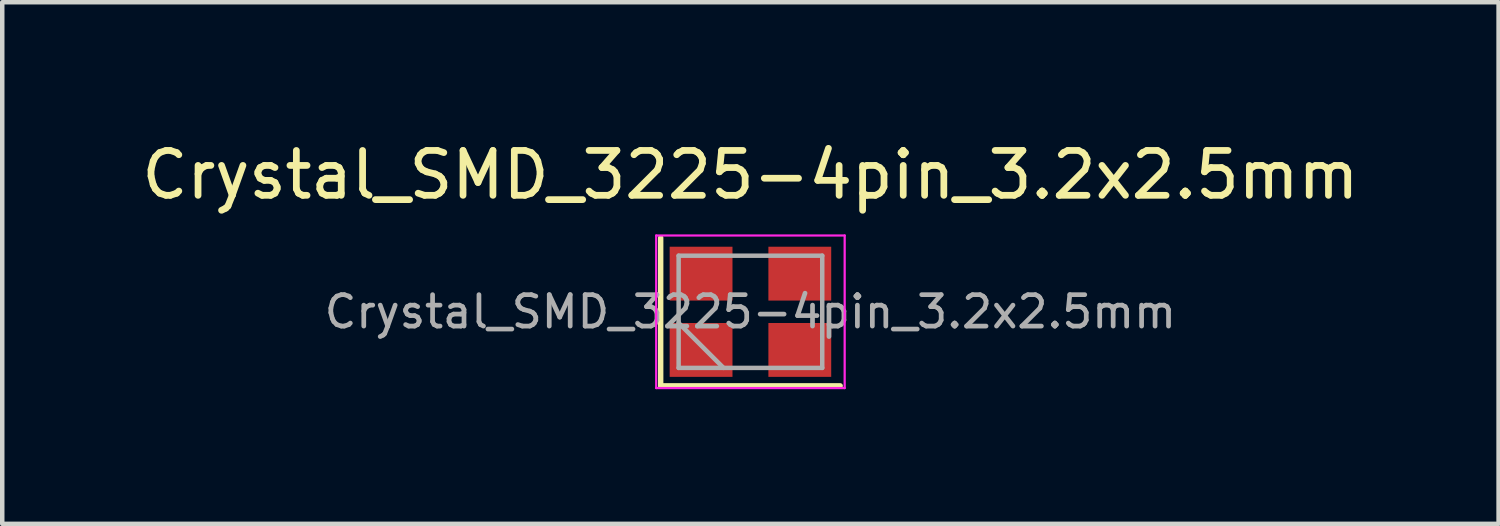
<source format=kicad_pcb>
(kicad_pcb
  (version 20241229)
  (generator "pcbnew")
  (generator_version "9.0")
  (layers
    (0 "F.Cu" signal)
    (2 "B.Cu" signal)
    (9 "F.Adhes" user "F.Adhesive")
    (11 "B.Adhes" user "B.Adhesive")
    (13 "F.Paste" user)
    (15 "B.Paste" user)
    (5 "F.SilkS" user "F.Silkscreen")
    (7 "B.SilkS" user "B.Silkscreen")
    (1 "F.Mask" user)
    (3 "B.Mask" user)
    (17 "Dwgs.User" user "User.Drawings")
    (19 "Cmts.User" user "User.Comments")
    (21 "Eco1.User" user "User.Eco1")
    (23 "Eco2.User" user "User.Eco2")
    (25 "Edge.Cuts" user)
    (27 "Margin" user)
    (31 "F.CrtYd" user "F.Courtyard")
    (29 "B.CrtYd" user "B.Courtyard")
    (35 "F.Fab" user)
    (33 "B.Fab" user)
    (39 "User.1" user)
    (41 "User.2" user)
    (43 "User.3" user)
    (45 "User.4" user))
  (footprint "Crystal_SMD_3225-4pin_3.2x2.5mm"
    (layer "F.Cu")
    (at 13.673 3.898)
    (property "Reference" "Crystal_SMD_3225-4pin_3.2x2.5mm" (at 0 -3.05 180) (layer "F.SilkS") (effects (font (size 1 1) (thickness 0.15))))
    (attr smd)
    (fp_line (start -2 -1.65) (end -2 1.65) (stroke (width 0.12) (type solid)) (layer "F.SilkS"))
    (fp_line (start -2 1.65) (end 2 1.65) (stroke (width 0.12) (type solid)) (layer "F.SilkS"))
    (fp_line (start -2.1 -1.7) (end -2.1 1.7) (stroke (width 0.05) (type solid)) (layer "F.CrtYd"))
    (fp_line (start -2.1 1.7) (end 2.1 1.7) (stroke (width 0.05) (type solid)) (layer "F.CrtYd"))
    (fp_line (start 2.1 -1.7) (end -2.1 -1.7) (stroke (width 0.05) (type solid)) (layer "F.CrtYd"))
    (fp_line (start 2.1 1.7) (end 2.1 -1.7) (stroke (width 0.05) (type solid)) (layer "F.CrtYd"))
    (fp_line (start -1.6 -1.25) (end -1.6 1.25) (stroke (width 0.1) (type solid)) (layer "F.Fab"))
    (fp_line (start -1.6 0.25) (end -0.6 1.25) (stroke (width 0.1) (type solid)) (layer "F.Fab"))
    (fp_line (start -1.6 1.25) (end 1.6 1.25) (stroke (width 0.1) (type solid)) (layer "F.Fab"))
    (fp_line (start 1.6 -1.25) (end -1.6 -1.25) (stroke (width 0.1) (type solid)) (layer "F.Fab"))
    (fp_line (start 1.6 1.25) (end 1.6 -1.25) (stroke (width 0.1) (type solid)) (layer "F.Fab"))
    (fp_text user "${REFERENCE}" (at 0 0 180) (layer "F.Fab") (effects (font (size 0.7 0.7) (thickness 0.105))))
    (pad "1" smd rect (at -1.1 0.85) (size 1.4 1.2) (layers "F.Cu" "F.Mask" "F.Paste"))
    (pad "2" smd rect (at 1.1 0.85) (size 1.4 1.2) (layers "F.Cu" "F.Mask" "F.Paste"))
    (pad "3" smd rect (at 1.1 -0.85) (size 1.4 1.2) (layers "F.Cu" "F.Mask" "F.Paste"))
    (pad "4" smd rect (at -1.1 -0.85) (size 1.4 1.2) (layers "F.Cu" "F.Mask" "F.Paste")))
  (gr_rect
    (start -3 -3)
    (end 30.345 8.623)
    (stroke (width 0.1) (type default))
    (fill no)
    (layer "Edge.Cuts")))
</source>
